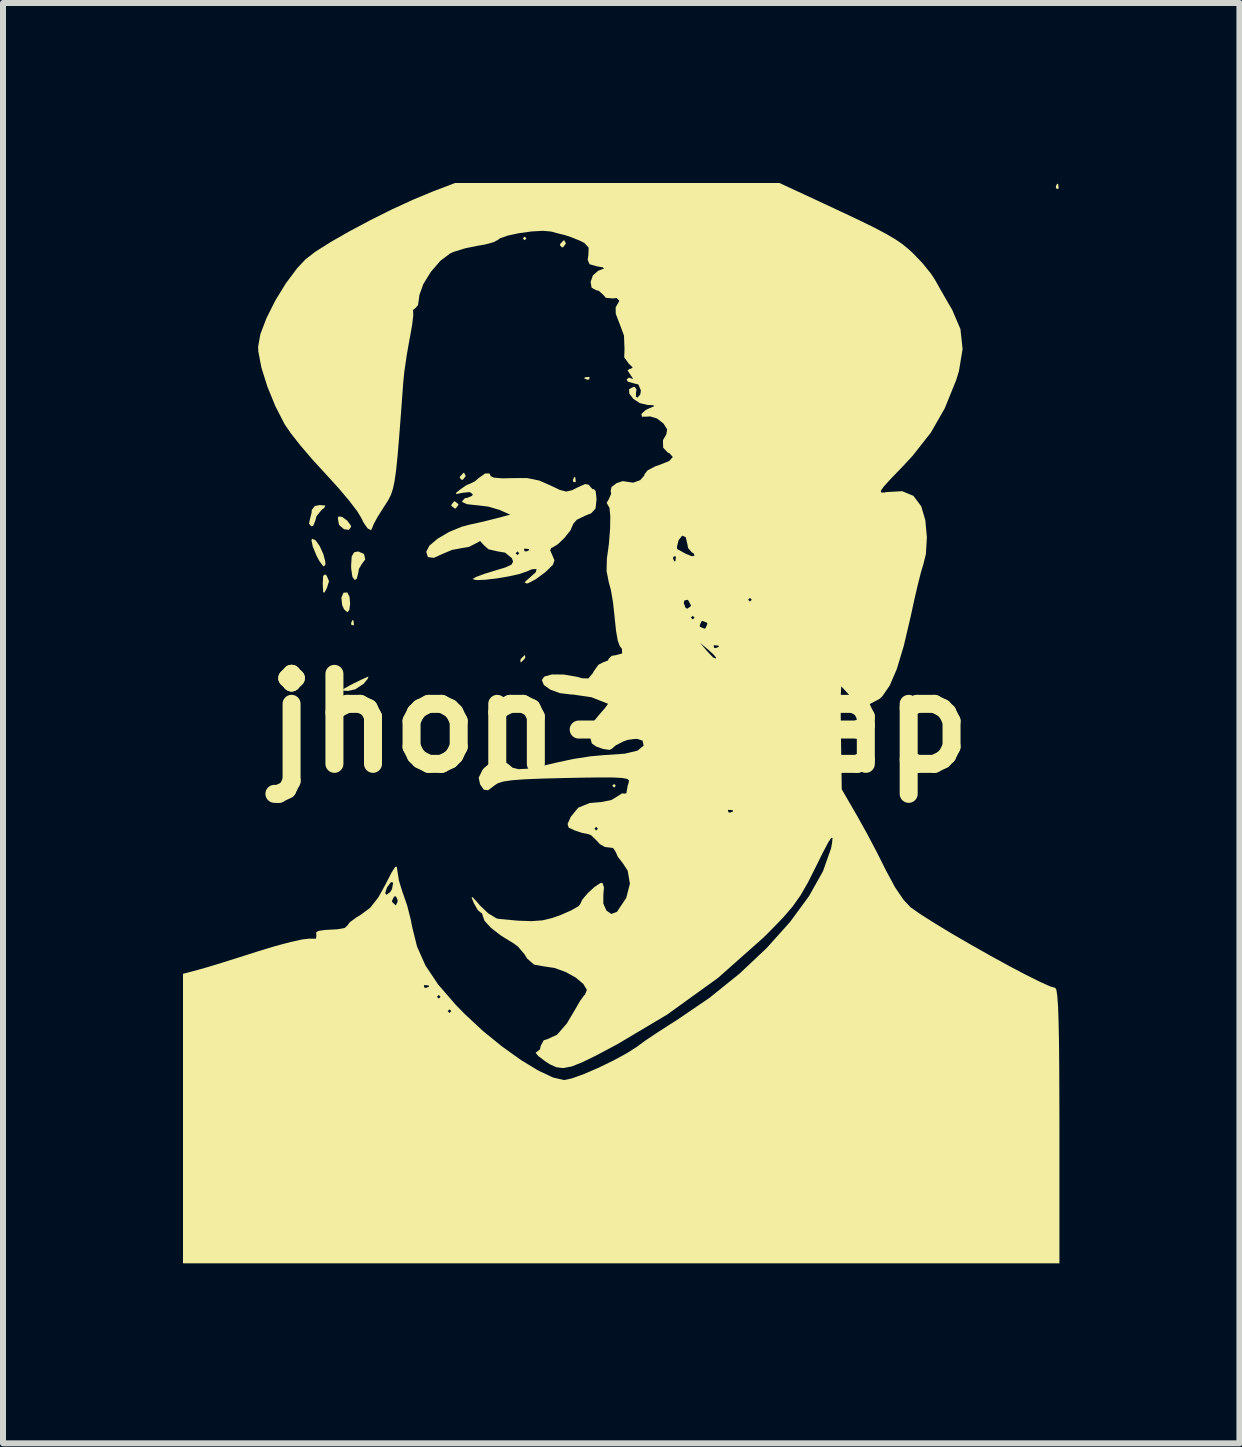
<source format=kicad_pcb>
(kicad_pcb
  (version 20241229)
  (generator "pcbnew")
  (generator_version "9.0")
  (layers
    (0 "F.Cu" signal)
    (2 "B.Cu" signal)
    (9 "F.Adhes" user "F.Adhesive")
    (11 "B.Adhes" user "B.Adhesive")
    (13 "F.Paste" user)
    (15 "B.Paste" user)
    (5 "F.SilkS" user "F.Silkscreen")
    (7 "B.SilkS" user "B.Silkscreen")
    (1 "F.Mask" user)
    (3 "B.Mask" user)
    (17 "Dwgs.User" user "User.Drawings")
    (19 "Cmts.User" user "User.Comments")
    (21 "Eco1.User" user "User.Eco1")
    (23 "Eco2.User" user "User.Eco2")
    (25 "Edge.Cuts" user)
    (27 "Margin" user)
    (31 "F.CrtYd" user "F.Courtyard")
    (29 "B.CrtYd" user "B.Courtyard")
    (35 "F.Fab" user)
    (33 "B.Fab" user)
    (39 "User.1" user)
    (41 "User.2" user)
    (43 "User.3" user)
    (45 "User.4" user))
  (footprint "jhon-grap"
    (layer "F.Cu")
    (at 7.274 9.003)
    (property "Reference" "jhon-grap" (at 0 0 0) (layer "F.SilkS") (effects (font (size 1.5 1.5) (thickness 0.3))))
    (attr board_only exclude_from_pos_files exclude_from_bom)
    (fp_poly (pts (xy -1.55 -8.079) (xy -1.58 -8.049) (xy -1.61 -8.079) (xy -1.58 -8.109)) (stroke (width 0) (type solid)) (fill yes) (layer "F.SilkS"))
    (fp_poly (pts (xy -0.06 1.043) (xy -0.089 1.073) (xy -0.119 1.043) (xy -0.089 1.014)) (stroke (width 0) (type solid)) (fill yes) (layer "F.SilkS"))
    (fp_poly (pts (xy -4.432 -1.709) (xy -4.425 -1.638) (xy -4.432 -1.63) (xy -4.468 -1.638) (xy -4.472 -1.669) (xy -4.45 -1.719)) (stroke (width 0) (type solid)) (fill yes) (layer "F.SilkS"))
    (fp_poly (pts (xy -0.735 -4.094) (xy -0.728 -4.023) (xy -0.735 -4.015) (xy -0.771 -4.023) (xy -0.775 -4.054) (xy -0.753 -4.104)) (stroke (width 0) (type solid)) (fill yes) (layer "F.SilkS"))
    (fp_poly (pts (xy -0.497 -5.764) (xy -0.505 -5.728) (xy -0.537 -5.724) (xy -0.586 -5.746) (xy -0.576 -5.764) (xy -0.506 -5.771)) (stroke (width 0) (type solid)) (fill yes) (layer "F.SilkS"))
    (fp_poly (pts (xy 7.314 -8.983) (xy 7.321 -8.913) (xy 7.314 -8.904) (xy 7.278 -8.912) (xy 7.274 -8.944) (xy 7.296 -8.993)) (stroke (width 0) (type solid)) (fill yes) (layer "F.SilkS"))
    (fp_poly (pts (xy -2.685 -3.651) (xy -2.683 -3.637) (xy -2.728 -3.579) (xy -2.743 -3.577) (xy -2.801 -3.623) (xy -2.802 -3.637) (xy -2.757 -3.695) (xy -2.743 -3.697)) (stroke (width 0) (type solid)) (fill yes) (layer "F.SilkS"))
    (fp_poly (pts (xy -2.565 -4.128) (xy -2.564 -4.114) (xy -2.61 -4.057) (xy -2.627 -4.054) (xy -2.663 -4.091) (xy -2.653 -4.114) (xy -2.6 -4.171) (xy -2.59 -4.174)) (stroke (width 0) (type solid)) (fill yes) (layer "F.SilkS"))
    (fp_poly (pts (xy -1.569 -1.094) (xy -1.58 -1.073) (xy -1.636 -1.016) (xy -1.647 -1.014) (xy -1.651 -1.052) (xy -1.64 -1.073) (xy -1.583 -1.13) (xy -1.573 -1.133)) (stroke (width 0) (type solid)) (fill yes) (layer "F.SilkS"))
    (fp_poly (pts (xy -0.895 -8.003) (xy -0.894 -7.99) (xy -0.94 -7.932) (xy -0.958 -7.93) (xy -0.993 -7.967) (xy -0.984 -7.99) (xy -0.93 -8.047) (xy -0.921 -8.049)) (stroke (width 0) (type solid)) (fill yes) (layer "F.SilkS"))
    (fp_poly (pts (xy -4.879 -2.458) (xy -4.84 -2.366) (xy -4.875 -2.253) (xy -4.919 -2.172) (xy -4.938 -2.186) (xy -4.944 -2.307) (xy -4.945 -2.322) (xy -4.938 -2.453) (xy -4.907 -2.48)) (stroke (width 0) (type solid)) (fill yes) (layer "F.SilkS"))
    (fp_poly (pts (xy -4.499 -2.107) (xy -4.488 -1.991) (xy -4.502 -1.886) (xy -4.535 -1.848) (xy -4.589 -1.897) (xy -4.621 -1.967) (xy -4.634 -2.091) (xy -4.599 -2.174) (xy -4.535 -2.178)) (stroke (width 0) (type solid)) (fill yes) (layer "F.SilkS"))
    (fp_poly (pts (xy -4.622 -3.438) (xy -4.537 -3.376) (xy -4.478 -3.297) (xy -4.472 -3.272) (xy -4.51 -3.221) (xy -4.591 -3.233) (xy -4.665 -3.296) (xy -4.676 -3.318) (xy -4.693 -3.416) (xy -4.683 -3.445)) (stroke (width 0) (type solid)) (fill yes) (layer "F.SilkS"))
    (fp_poly (pts (xy -5.066 -3.05) (xy -4.996 -2.952) (xy -4.935 -2.818) (xy -4.901 -2.689) (xy -4.902 -2.634) (xy -4.934 -2.612) (xy -5.001 -2.702) (xy -5.047 -2.788) (xy -5.111 -2.943) (xy -5.133 -3.049) (xy -5.123 -3.073)) (stroke (width 0) (type solid)) (fill yes) (layer "F.SilkS"))
    (fp_poly (pts (xy -4.196 -0.738) (xy -4.263 -0.656) (xy -4.402 -0.564) (xy -4.523 -0.537) (xy -4.605 -0.542) (xy -4.601 -0.568) (xy -4.5 -0.626) (xy -4.442 -0.656) (xy -4.295 -0.728) (xy -4.198 -0.771) (xy -4.182 -0.775)) (stroke (width 0) (type solid)) (fill yes) (layer "F.SilkS"))
    (fp_poly (pts (xy -4.901 -3.627) (xy -4.919 -3.589) (xy -4.964 -3.554) (xy -5.049 -3.448) (xy -5.068 -3.377) (xy -5.101 -3.293) (xy -5.134 -3.279) (xy -5.173 -3.323) (xy -5.164 -3.374) (xy -5.131 -3.508) (xy -5.128 -3.553) (xy -5.077 -3.619) (xy -4.994 -3.635)) (stroke (width 0) (type solid)) (fill yes) (layer "F.SilkS"))
    (fp_poly (pts (xy -4.257 -2.82) (xy -4.236 -2.729) (xy -4.293 -2.653) (xy -4.343 -2.569) (xy -4.353 -2.501) (xy -4.378 -2.406) (xy -4.412 -2.385) (xy -4.45 -2.438) (xy -4.47 -2.57) (xy -4.472 -2.623) (xy -4.462 -2.78) (xy -4.421 -2.848) (xy -4.353 -2.862)) (stroke (width 0) (type solid)) (fill yes) (layer "F.SilkS"))
    (fp_poly (pts (xy -2.146 -4.118) (xy -2.093 -4.092) (xy -1.952 -4.08) (xy -1.791 -4.084) (xy -1.539 -4.085) (xy -1.338 -4.044) (xy -1.16 -3.967) (xy -0.993 -3.887) (xy -0.885 -3.86) (xy -0.79 -3.882) (xy -0.703 -3.926) (xy -0.572 -3.985) (xy -0.507 -3.973) (xy -0.494 -3.95) (xy -0.444 -3.897) (xy -0.424 -3.901) (xy -0.396 -3.868) (xy -0.382 -3.751) (xy -0.382 -3.723) (xy -0.398 -3.577) (xy -0.47 -3.498) (xy -0.578 -3.454) (xy -0.71 -3.39) (xy -0.774 -3.316) (xy -0.775 -3.307) (xy -0.816 -3.213) (xy -0.913 -3.09) (xy -1.028 -2.98) (xy -1.124 -2.923) (xy -1.136 -2.922) (xy -1.154 -2.88) (xy -1.118 -2.799) (xy -1.083 -2.715) (xy -1.108 -2.639) (xy -1.212 -2.537) (xy -1.252 -2.503) (xy -1.397 -2.397) (xy -1.517 -2.334) (xy -1.549 -2.327) (xy -1.58 -2.349) (xy -1.504 -2.418) (xy -1.504 -2.418) (xy -1.394 -2.515) (xy -1.381 -2.569) (xy -1.461 -2.564) (xy -1.541 -2.529) (xy -1.666 -2.486) (xy -1.845 -2.446) (xy -2.046 -2.412) (xy -2.235 -2.39) (xy -2.379 -2.384) (xy -2.444 -2.399) (xy -2.445 -2.403) (xy -2.392 -2.436) (xy -2.255 -2.487) (xy -2.089 -2.538) (xy -1.895 -2.597) (xy -1.797 -2.644) (xy -1.772 -2.694) (xy -1.793 -2.75) (xy -1.893 -2.832) (xy -1.729 -2.832) (xy -1.699 -2.802) (xy -1.669 -2.832) (xy -1.699 -2.862) (xy -1.729 -2.832) (xy -1.893 -2.832) (xy -1.905 -2.842) (xy -2.026 -2.862) (xy -2.184 -2.898) (xy -2.187 -2.902) (xy -1.59 -2.902) (xy -1.582 -2.866) (xy -1.55 -2.862) (xy -1.501 -2.884) (xy -1.51 -2.902) (xy -1.581 -2.909) (xy -1.59 -2.902) (xy -2.187 -2.902) (xy -2.259 -2.966) (xy -2.321 -3.035) (xy -2.392 -2.997) (xy -2.393 -2.996) (xy -2.509 -2.937) (xy -2.62 -2.919) (xy -2.79 -2.887) (xy -2.922 -2.832) (xy -3.094 -2.755) (xy -3.192 -2.768) (xy -3.22 -2.856) (xy -3.168 -2.957) (xy -3.032 -3.073) (xy -2.843 -3.185) (xy -2.631 -3.273) (xy -2.504 -3.307) (xy -2.301 -3.352) (xy -2.081 -3.406) (xy -2.057 -3.412) (xy -1.819 -3.475) (xy -1.997 -3.553) (xy -2.185 -3.609) (xy -2.392 -3.634) (xy -2.4 -3.634) (xy -2.544 -3.65) (xy -2.62 -3.686) (xy -2.623 -3.697) (xy -2.575 -3.75) (xy -2.534 -3.756) (xy -2.455 -3.789) (xy -2.445 -3.817) (xy -2.495 -3.851) (xy -2.609 -3.84) (xy -2.719 -3.818) (xy -2.724 -3.837) (xy -2.653 -3.896) (xy -2.545 -3.969) (xy -2.485 -3.993) (xy -2.407 -4.032) (xy -2.347 -4.084) (xy -2.239 -4.161) (xy -2.164 -4.162)) (stroke (width 0) (type solid)) (fill yes) (layer "F.SilkS"))
    (fp_poly (pts (xy 3.256 -8.73) (xy 3.68 -8.532) (xy 4.011 -8.376) (xy 4.265 -8.251) (xy 4.456 -8.149) (xy 4.602 -8.063) (xy 4.717 -7.984) (xy 4.817 -7.902) (xy 4.876 -7.849) (xy 5.045 -7.675) (xy 5.193 -7.492) (xy 5.256 -7.396) (xy 5.356 -7.219) (xy 5.48 -7.003) (xy 5.548 -6.887) (xy 5.684 -6.568) (xy 5.72 -6.236) (xy 5.659 -5.866) (xy 5.613 -5.717) (xy 5.422 -5.246) (xy 5.19 -4.841) (xy 4.888 -4.457) (xy 4.721 -4.277) (xy 4.526 -4.075) (xy 4.407 -3.944) (xy 4.356 -3.871) (xy 4.363 -3.843) (xy 4.422 -3.845) (xy 4.459 -3.852) (xy 4.714 -3.866) (xy 4.901 -3.788) (xy 5.031 -3.614) (xy 5.099 -3.382) (xy 5.125 -3.097) (xy 5.108 -2.817) (xy 5.066 -2.647) (xy 5.029 -2.525) (xy 4.976 -2.317) (xy 4.914 -2.051) (xy 4.855 -1.778) (xy 4.739 -1.285) (xy 4.624 -0.903) (xy 4.505 -0.626) (xy 4.381 -0.446) (xy 4.335 -0.404) (xy 4.159 -0.311) (xy 3.997 -0.333) (xy 3.843 -0.456) (xy 3.697 -0.614) (xy 3.69 -0.471) (xy 3.689 -0.356) (xy 3.689 -0.152) (xy 3.691 0.112) (xy 3.695 0.388) (xy 3.706 1.103) (xy 3.965 1.55) (xy 4.125 1.837) (xy 4.297 2.163) (xy 4.445 2.459) (xy 4.448 2.464) (xy 4.591 2.731) (xy 4.736 2.945) (xy 4.855 3.071) (xy 5.026 3.19) (xy 5.263 3.34) (xy 5.547 3.512) (xy 5.859 3.693) (xy 6.181 3.875) (xy 6.493 4.046) (xy 6.776 4.195) (xy 7.013 4.313) (xy 7.183 4.389) (xy 7.264 4.412) (xy 7.283 4.444) (xy 7.298 4.543) (xy 7.311 4.719) (xy 7.32 4.978) (xy 7.327 5.329) (xy 7.331 5.779) (xy 7.333 6.336) (xy 7.334 6.708) (xy 7.334 9.003) (xy 0.03 9.003) (xy -7.274 9.003) (xy -7.274 6.591) (xy -7.274 4.8) (xy -2.862 4.8) (xy -2.832 4.83) (xy -2.802 4.8) (xy -2.832 4.77) (xy -2.862 4.8) (xy -7.274 4.8) (xy -7.274 4.561) (xy -3.041 4.561) (xy -3.011 4.591) (xy -2.981 4.561) (xy -3.011 4.531) (xy -3.041 4.561) (xy -7.274 4.561) (xy -7.274 4.372) (xy -3.259 4.372) (xy -3.251 4.408) (xy -3.22 4.412) (xy -3.171 4.39) (xy -3.18 4.372) (xy -3.251 4.365) (xy -3.259 4.372) (xy -7.274 4.372) (xy -7.274 4.178) (xy -7.021 4.111) (xy -6.866 4.067) (xy -6.629 3.995) (xy -6.343 3.905) (xy -6.039 3.808) (xy -6.03 3.805) (xy -5.741 3.717) (xy -5.482 3.648) (xy -5.281 3.604) (xy -5.163 3.591) (xy -5.156 3.592) (xy -5.057 3.592) (xy -5.05 3.538) (xy -5.057 3.491) (xy -5.018 3.463) (xy -4.908 3.447) (xy -4.703 3.436) (xy -4.697 3.435) (xy -4.579 3.414) (xy -4.537 3.376) (xy -4.492 3.317) (xy -4.374 3.231) (xy -4.314 3.196) (xy -4.156 3.079) (xy -4.065 2.964) (xy -3.792 2.964) (xy -3.784 2.985) (xy -3.726 3.038) (xy -3.698 2.978) (xy -3.697 2.948) (xy -3.726 2.886) (xy -3.757 2.892) (xy -3.792 2.964) (xy -4.065 2.964) (xy -4.019 2.905) (xy -3.978 2.832) (xy -3.904 2.832) (xy -3.884 2.862) (xy -3.818 2.814) (xy -3.791 2.764) (xy -3.77 2.659) (xy -3.807 2.649) (xy -3.873 2.738) (xy -3.904 2.832) (xy -3.978 2.832) (xy -3.896 2.682) (xy -3.798 2.491) (xy -3.739 2.398) (xy -3.71 2.393) (xy -3.701 2.461) (xy -3.674 2.628) (xy -3.614 2.82) (xy -3.603 2.849) (xy -3.536 3.044) (xy -3.476 3.282) (xy -3.456 3.388) (xy -3.373 3.724) (xy -3.233 4.039) (xy -3.022 4.355) (xy -2.726 4.697) (xy -2.573 4.853) (xy -2.272 5.133) (xy -1.955 5.39) (xy -1.642 5.614) (xy -1.353 5.79) (xy -1.107 5.906) (xy -0.923 5.949) (xy -0.922 5.949) (xy -0.792 5.921) (xy -0.59 5.848) (xy -0.349 5.744) (xy -0.1 5.623) (xy 0.125 5.501) (xy 0.296 5.391) (xy 0.328 5.367) (xy 0.429 5.293) (xy 0.603 5.176) (xy 0.821 5.035) (xy 0.954 4.951) (xy 1.498 4.581) (xy 2.001 4.176) (xy 2.454 3.749) (xy 2.844 3.314) (xy 3.16 2.883) (xy 3.392 2.47) (xy 3.528 2.086) (xy 3.545 1.993) (xy 3.552 1.913) (xy 3.53 1.912) (xy 3.475 1.998) (xy 3.38 2.179) (xy 3.28 2.382) (xy 3.144 2.653) (xy 3.021 2.867) (xy 2.889 3.054) (xy 2.724 3.246) (xy 2.502 3.474) (xy 2.398 3.577) (xy 1.645 4.245) (xy 0.795 4.858) (xy -0.03 5.349) (xy -0.362 5.526) (xy -0.611 5.649) (xy -0.795 5.722) (xy -0.935 5.749) (xy -1.049 5.736) (xy -1.158 5.687) (xy -1.237 5.636) (xy -1.353 5.548) (xy -1.397 5.494) (xy -1.385 5.485) (xy -1.323 5.436) (xy -1.312 5.379) (xy -1.262 5.286) (xy -1.19 5.263) (xy -1.039 5.193) (xy -0.876 5.005) (xy -0.737 4.771) (xy -0.654 4.627) (xy -0.585 4.533) (xy -0.573 4.523) (xy -0.542 4.446) (xy -0.601 4.348) (xy -0.725 4.243) (xy -0.893 4.149) (xy -1.079 4.081) (xy -1.252 4.055) (xy -1.423 4.025) (xy -1.539 3.923) (xy -1.584 3.85) (xy -1.691 3.724) (xy -1.763 3.671) (xy -1.977 3.539) (xy -2.146 3.407) (xy -2.248 3.295) (xy -2.266 3.246) (xy -2.291 3.169) (xy -2.31 3.16) (xy -2.364 3.111) (xy -2.428 2.996) (xy -2.464 2.906) (xy -2.451 2.898) (xy -2.379 2.974) (xy -2.322 3.041) (xy -2.185 3.171) (xy -2.052 3.252) (xy -2.01 3.263) (xy -1.695 3.292) (xy -1.464 3.3) (xy -1.285 3.287) (xy -1.124 3.249) (xy -0.977 3.197) (xy -0.804 3.121) (xy -0.688 3.055) (xy -0.656 3.021) (xy -0.618 2.94) (xy -0.526 2.832) (xy -0.415 2.73) (xy -0.32 2.667) (xy -0.283 2.662) (xy -0.257 2.737) (xy -0.268 2.86) (xy -0.268 3.008) (xy -0.216 3.124) (xy -0.134 3.18) (xy -0.045 3.147) (xy -0.04 3.143) (xy 0.114 2.913) (xy 0.175 2.676) (xy 0.138 2.459) (xy 0.06 2.339) (xy -0.027 2.227) (xy -0.06 2.149) (xy -0.104 2.083) (xy -0.119 2.079) (xy -0.235 2.065) (xy -0.243 2.064) (xy -0.328 2.015) (xy -0.384 1.953) (xy -0.472 1.868) (xy -0.524 1.848) (xy -0.624 1.829) (xy -0.743 1.789) (xy -0.808 1.759) (xy -0.417 1.759) (xy -0.388 1.789) (xy -0.358 1.759) (xy -0.388 1.729) (xy -0.417 1.759) (xy -0.808 1.759) (xy -0.846 1.741) (xy -0.864 1.68) (xy -0.81 1.56) (xy -0.809 1.559) (xy -0.721 1.451) (xy 1.809 1.451) (xy 1.817 1.486) (xy 1.848 1.491) (xy 1.897 1.469) (xy 1.888 1.451) (xy 1.817 1.444) (xy 1.809 1.451) (xy -0.721 1.451) (xy -0.686 1.409) (xy -0.496 1.331) (xy -0.287 1.313) (xy -0.134 1.281) (xy -0.041 1.225) (xy 0.044 1.17) (xy 0.082 1.175) (xy 0.117 1.168) (xy 0.119 1.148) (xy 0.139 1.038) (xy 0.156 0.987) (xy 0.159 0.953) (xy 0.128 0.929) (xy 0.048 0.914) (xy -0.096 0.906) (xy -0.32 0.905) (xy -0.638 0.909) (xy -0.888 0.914) (xy -1.286 0.924) (xy -1.582 0.936) (xy -1.793 0.952) (xy -1.935 0.973) (xy -2.025 1.001) (xy -2.077 1.035) (xy -2.189 1.119) (xy -2.261 1.109) (xy -2.322 1.02) (xy -2.346 0.91) (xy -2.285 0.785) (xy -2.26 0.752) (xy -2.113 0.625) (xy -1.966 0.606) (xy -1.848 0.686) (xy -1.78 0.743) (xy -1.68 0.767) (xy -1.527 0.759) (xy -1.301 0.717) (xy -1.043 0.656) (xy -0.766 0.597) (xy -0.484 0.553) (xy -0.254 0.532) (xy -0.238 0.531) (xy 0.089 0.509) (xy 0.302 0.458) (xy 0.4 0.378) (xy 0.403 0.371) (xy 0.386 0.292) (xy 0.287 0.259) (xy 0.138 0.279) (xy 0.061 0.307) (xy -0.062 0.371) (xy -0.119 0.421) (xy -0.119 0.424) (xy -0.165 0.446) (xy -0.27 0.431) (xy -0.384 0.391) (xy -0.458 0.34) (xy -0.46 0.337) (xy -0.505 0.166) (xy -0.435 -0.02) (xy -0.346 -0.131) (xy -0.245 -0.246) (xy -0.194 -0.315) (xy -0.192 -0.324) (xy -0.467 -0.432) (xy -0.776 -0.477) (xy -0.801 -0.477) (xy -0.991 -0.5) (xy -1.152 -0.558) (xy -1.26 -0.637) (xy -1.293 -0.719) (xy -1.252 -0.776) (xy -1.125 -0.812) (xy -0.929 -0.81) (xy -0.71 -0.773) (xy -0.623 -0.748) (xy -0.518 -0.745) (xy -0.442 -0.835) (xy -0.43 -0.861) (xy -0.35 -0.973) (xy -0.27 -1.014) (xy -0.189 -1.045) (xy -0.179 -1.073) (xy -0.129 -1.122) (xy -0.06 -1.133) (xy 0.045 -1.161) (xy 0.042 -1.239) (xy 0.006 -1.285) (xy -0.015 -1.342) (xy 1.342 -1.342) (xy 1.455 -1.207) (xy 1.561 -1.095) (xy 1.607 -1.078) (xy 1.61 -1.094) (xy 1.57 -1.143) (xy 1.476 -1.228) (xy 1.4 -1.292) (xy 1.57 -1.292) (xy 1.578 -1.256) (xy 1.61 -1.252) (xy 1.659 -1.274) (xy 1.65 -1.292) (xy 1.579 -1.299) (xy 1.57 -1.292) (xy 1.4 -1.292) (xy 1.342 -1.342) (xy -0.015 -1.342) (xy -0.026 -1.369) (xy -0.056 -1.537) (xy -0.065 -1.624) (xy 1.337 -1.624) (xy 1.345 -1.605) (xy 1.417 -1.575) (xy 1.436 -1.583) (xy 1.466 -1.656) (xy 1.458 -1.675) (xy 1.385 -1.704) (xy 1.366 -1.696) (xy 1.337 -1.624) (xy -0.065 -1.624) (xy -0.079 -1.752) (xy -0.079 -1.759) (xy 1.192 -1.759) (xy 1.222 -1.729) (xy 1.252 -1.759) (xy 1.222 -1.789) (xy 1.192 -1.759) (xy -0.079 -1.759) (xy -0.105 -1.999) (xy -0.105 -2.001) (xy 1.073 -2.001) (xy 1.104 -1.919) (xy 1.133 -1.908) (xy 1.191 -1.951) (xy 1.192 -1.964) (xy 1.149 -2.045) (xy 1.133 -2.057) (xy 2.146 -2.057) (xy 2.176 -2.027) (xy 2.206 -2.057) (xy 2.176 -2.087) (xy 2.146 -2.057) (xy 1.133 -2.057) (xy 1.082 -2.044) (xy 1.073 -2.001) (xy -0.105 -2.001) (xy -0.141 -2.216) (xy -0.178 -2.352) (xy -0.214 -2.535) (xy -0.209 -2.737) (xy -0.209 -2.743) (xy 0.894 -2.743) (xy 0.916 -2.694) (xy 0.934 -2.703) (xy 0.941 -2.774) (xy 0.934 -2.782) (xy 0.899 -2.774) (xy 0.894 -2.743) (xy -0.209 -2.743) (xy -0.208 -2.75) (xy -0.182 -2.935) (xy 0.959 -2.935) (xy 0.963 -2.902) (xy 1.025 -2.868) (xy 1.103 -2.824) (xy 1.207 -2.783) (xy 1.252 -2.788) (xy 1.236 -2.831) (xy 1.207 -2.845) (xy 1.144 -2.92) (xy 1.133 -2.983) (xy 1.106 -3.098) (xy 1.047 -3.125) (xy 0.988 -3.052) (xy 0.983 -3.037) (xy 0.959 -2.935) (xy -0.182 -2.935) (xy -0.174 -3) (xy -0.155 -3.241) (xy -0.152 -3.446) (xy -0.165 -3.588) (xy -0.193 -3.637) (xy -0.213 -3.672) (xy -0.181 -3.724) (xy -0.137 -3.824) (xy -0.146 -3.87) (xy -0.131 -3.936) (xy -0.048 -4) (xy 0.057 -4.034) (xy 0.121 -4.024) (xy 0.229 -4.008) (xy 0.346 -4.05) (xy 0.415 -4.127) (xy 0.417 -4.146) (xy 0.469 -4.213) (xy 0.599 -4.281) (xy 0.656 -4.3) (xy 0.83 -4.369) (xy 0.89 -4.436) (xy 0.836 -4.497) (xy 0.805 -4.51) (xy 0.729 -4.592) (xy 0.726 -4.717) (xy 0.781 -4.812) (xy 0.796 -4.895) (xy 0.735 -4.993) (xy 0.628 -5.077) (xy 0.51 -5.113) (xy 0.471 -5.109) (xy 0.376 -5.107) (xy 0.366 -5.153) (xy 0.437 -5.219) (xy 0.492 -5.245) (xy 0.582 -5.285) (xy 0.563 -5.299) (xy 0.471 -5.303) (xy 0.34 -5.334) (xy 0.232 -5.405) (xy 0.166 -5.491) (xy 0.16 -5.565) (xy 0.231 -5.604) (xy 0.255 -5.605) (xy 0.286 -5.561) (xy 0.277 -5.515) (xy 0.275 -5.438) (xy 0.3 -5.426) (xy 0.347 -5.476) (xy 0.358 -5.545) (xy 0.316 -5.645) (xy 0.238 -5.664) (xy 0.142 -5.691) (xy 0.119 -5.727) (xy 0.158 -5.76) (xy 0.194 -5.746) (xy 0.23 -5.738) (xy 0.186 -5.802) (xy 0.135 -5.88) (xy 0.168 -5.904) (xy 0.186 -5.905) (xy 0.222 -5.928) (xy 0.158 -5.99) (xy 0.08 -6.096) (xy 0.085 -6.242) (xy 0.076 -6.461) (xy 0.006 -6.649) (xy -0.061 -6.823) (xy -0.063 -6.931) (xy -0.055 -6.943) (xy -0.001 -7.038) (xy -0.044 -7.085) (xy -0.115 -7.079) (xy -0.226 -7.089) (xy -0.263 -7.132) (xy -0.343 -7.206) (xy -0.386 -7.215) (xy -0.463 -7.257) (xy -0.48 -7.354) (xy -0.442 -7.463) (xy -0.354 -7.54) (xy -0.343 -7.544) (xy -0.258 -7.577) (xy -0.276 -7.597) (xy -0.379 -7.615) (xy -0.498 -7.649) (xy -0.529 -7.723) (xy -0.517 -7.803) (xy -0.513 -7.925) (xy -0.583 -8.003) (xy -0.661 -8.042) (xy -0.807 -8.101) (xy -0.91 -8.135) (xy -1.021 -8.162) (xy -1.14 -8.194) (xy -1.275 -8.206) (xy -1.467 -8.195) (xy -1.677 -8.166) (xy -1.865 -8.125) (xy -1.994 -8.079) (xy -2.024 -8.055) (xy -2.098 -8.016) (xy -2.249 -7.976) (xy -2.355 -7.958) (xy -2.568 -7.915) (xy -2.759 -7.856) (xy -2.818 -7.831) (xy -2.983 -7.707) (xy -3.142 -7.523) (xy -3.269 -7.317) (xy -3.335 -7.131) (xy -3.339 -7.086) (xy -3.358 -6.965) (xy -3.402 -6.916) (xy -3.443 -6.886) (xy -3.438 -6.872) (xy -3.436 -6.795) (xy -3.455 -6.635) (xy -3.492 -6.426) (xy -3.496 -6.41) (xy -3.544 -6.138) (xy -3.585 -5.856) (xy -3.604 -5.664) (xy -3.641 -5.16) (xy -3.672 -4.759) (xy -3.698 -4.449) (xy -3.722 -4.213) (xy -3.747 -4.038) (xy -3.774 -3.909) (xy -3.806 -3.811) (xy -3.846 -3.729) (xy -3.895 -3.65) (xy -3.928 -3.6) (xy -4.03 -3.438) (xy -4.097 -3.315) (xy -4.114 -3.269) (xy -4.139 -3.214) (xy -4.198 -3.247) (xy -4.269 -3.35) (xy -4.298 -3.413) (xy -4.37 -3.532) (xy -4.506 -3.71) (xy -4.687 -3.924) (xy -4.894 -4.151) (xy -4.895 -4.152) (xy -5.113 -4.39) (xy -5.317 -4.628) (xy -5.481 -4.837) (xy -5.579 -4.98) (xy -5.734 -5.282) (xy -5.868 -5.61) (xy -5.967 -5.926) (xy -6.018 -6.193) (xy -6.022 -6.272) (xy -5.985 -6.481) (xy -5.884 -6.747) (xy -5.737 -7.041) (xy -5.56 -7.33) (xy -5.369 -7.585) (xy -5.227 -7.735) (xy -5.063 -7.861) (xy -4.812 -8.019) (xy -4.499 -8.198) (xy -4.148 -8.385) (xy -3.783 -8.567) (xy -3.427 -8.73) (xy -3.114 -8.86) (xy -2.74 -9.003) (xy -0.036 -9.003) (xy 2.667 -9.003)) (stroke (width 0) (type solid)) (fill yes) (layer "F.SilkS")))
  (gr_rect
    (start -3 -3)
    (end 17.608 21.007)
    (stroke (width 0.1) (type default))
    (fill no)
    (layer "Edge.Cuts")))
</source>
